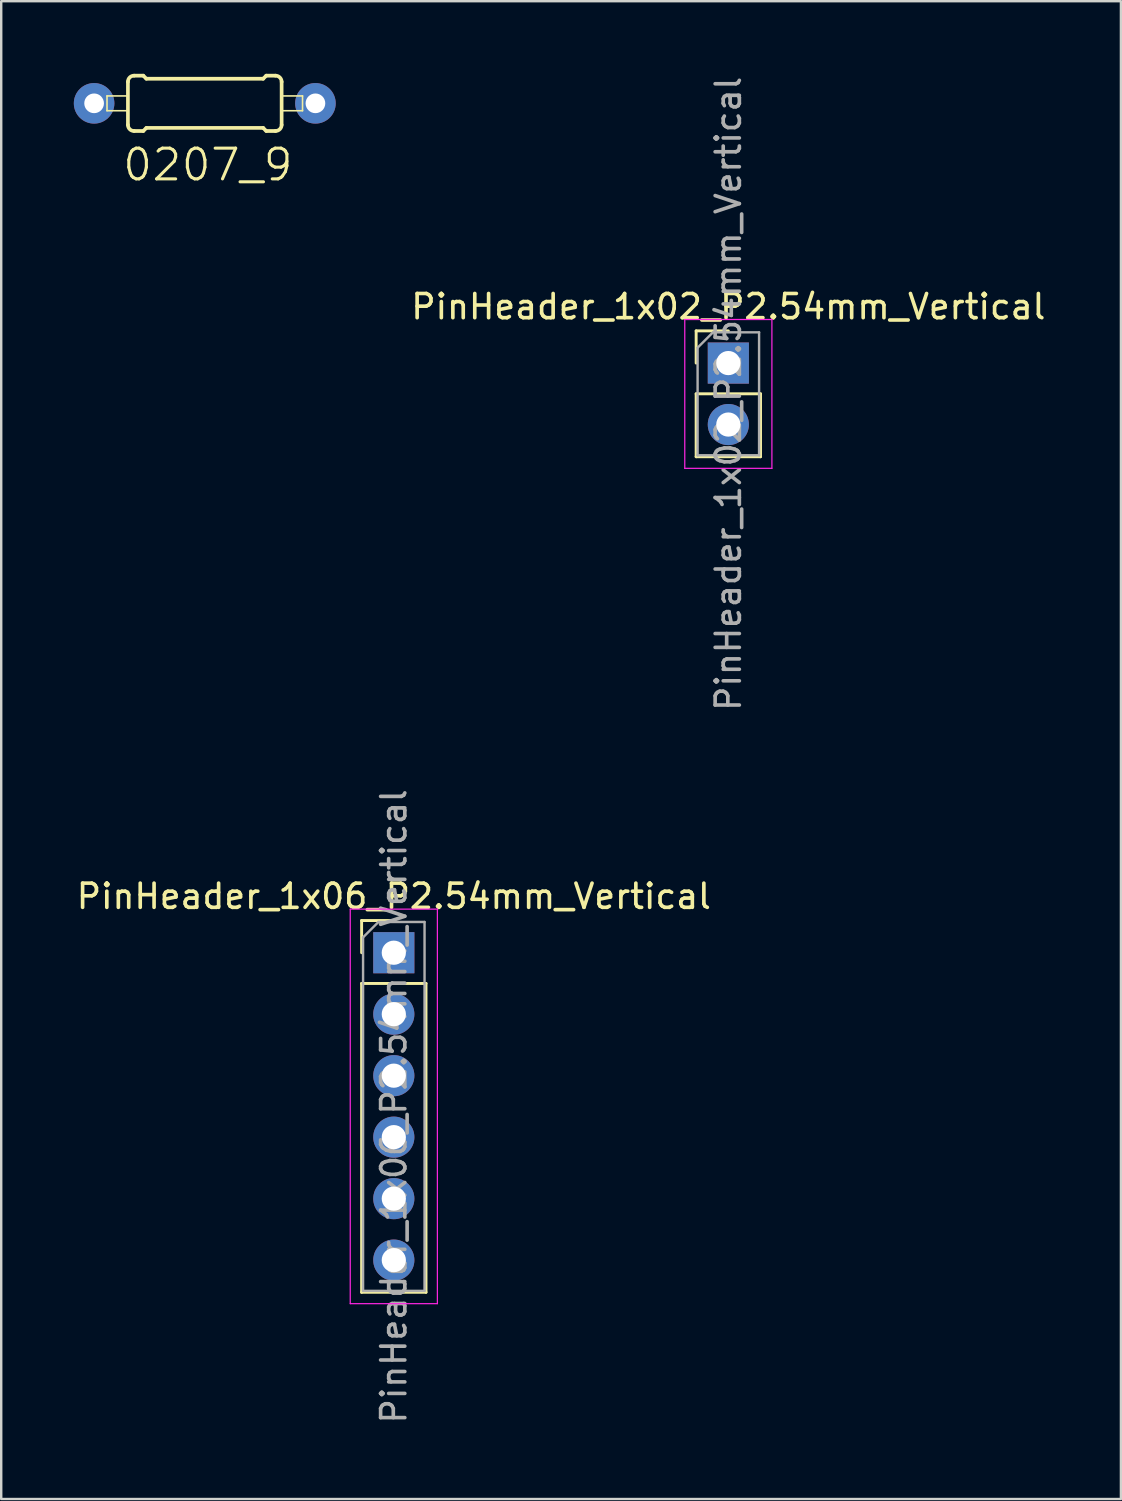
<source format=kicad_pcb>
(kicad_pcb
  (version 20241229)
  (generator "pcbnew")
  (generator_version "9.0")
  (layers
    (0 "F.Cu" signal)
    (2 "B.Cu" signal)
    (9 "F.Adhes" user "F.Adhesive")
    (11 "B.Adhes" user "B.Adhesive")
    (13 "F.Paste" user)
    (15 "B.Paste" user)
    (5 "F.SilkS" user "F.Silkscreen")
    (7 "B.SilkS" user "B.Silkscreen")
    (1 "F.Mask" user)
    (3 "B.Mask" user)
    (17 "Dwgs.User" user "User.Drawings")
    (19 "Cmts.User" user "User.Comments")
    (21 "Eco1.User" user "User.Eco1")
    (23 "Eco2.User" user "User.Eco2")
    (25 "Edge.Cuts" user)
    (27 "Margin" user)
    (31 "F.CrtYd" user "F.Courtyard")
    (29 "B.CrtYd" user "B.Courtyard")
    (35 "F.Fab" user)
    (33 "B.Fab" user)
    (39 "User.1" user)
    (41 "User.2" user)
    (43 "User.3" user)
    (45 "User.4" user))
  (footprint "PinHeader_1x02_P2.54mm_Vertical"
    (layer "F.Cu")
    (at 27.041 11.95)
    (property "Reference" "PinHeader_1x02_P2.54mm_Vertical" (at 0 -2.33 0) (layer "F.SilkS") (effects (font (size 1 1) (thickness 0.15))))
    (attr through_hole)
    (fp_line (start -1.33 -1.33) (end 0 -1.33) (stroke (width 0.12) (type solid)) (layer "F.SilkS"))
    (fp_line (start -1.33 0) (end -1.33 -1.33) (stroke (width 0.12) (type solid)) (layer "F.SilkS"))
    (fp_line (start -1.33 1.27) (end -1.33 3.87) (stroke (width 0.12) (type solid)) (layer "F.SilkS"))
    (fp_line (start -1.33 1.27) (end 1.33 1.27) (stroke (width 0.12) (type solid)) (layer "F.SilkS"))
    (fp_line (start -1.33 3.87) (end 1.33 3.87) (stroke (width 0.12) (type solid)) (layer "F.SilkS"))
    (fp_line (start 1.33 1.27) (end 1.33 3.87) (stroke (width 0.12) (type solid)) (layer "F.SilkS"))
    (fp_line (start -1.8 -1.8) (end -1.8 4.35) (stroke (width 0.05) (type solid)) (layer "F.CrtYd"))
    (fp_line (start -1.8 4.35) (end 1.8 4.35) (stroke (width 0.05) (type solid)) (layer "F.CrtYd"))
    (fp_line (start 1.8 -1.8) (end -1.8 -1.8) (stroke (width 0.05) (type solid)) (layer "F.CrtYd"))
    (fp_line (start 1.8 4.35) (end 1.8 -1.8) (stroke (width 0.05) (type solid)) (layer "F.CrtYd"))
    (fp_line (start -1.27 -0.635) (end -0.635 -1.27) (stroke (width 0.1) (type solid)) (layer "F.Fab"))
    (fp_line (start -1.27 3.81) (end -1.27 -0.635) (stroke (width 0.1) (type solid)) (layer "F.Fab"))
    (fp_line (start -0.635 -1.27) (end 1.27 -1.27) (stroke (width 0.1) (type solid)) (layer "F.Fab"))
    (fp_line (start 1.27 -1.27) (end 1.27 3.81) (stroke (width 0.1) (type solid)) (layer "F.Fab"))
    (fp_line (start 1.27 3.81) (end -1.27 3.81) (stroke (width 0.1) (type solid)) (layer "F.Fab"))
    (fp_text user "${REFERENCE}" (at 0 1.27 270) (layer "F.Fab") (effects (font (size 1 1) (thickness 0.15))))
    (pad "1" thru_hole rect (at 0 0) (size 1.7 1.7) (drill 1) (layers "*.Cu" "*.Mask"))
    (pad "2" thru_hole oval (at 0 2.54) (size 1.7 1.7) (drill 1) (layers "*.Cu" "*.Mask")))
  (footprint "0207_9"
    (layer "F.Cu")
    (at 5.41 1.219)
    (property "Reference" "0207_9" (at 0.127 2.54 0) (layer "F.SilkS") (effects (font (size 1.27 1.27) (thickness 0.127))))
    (attr exclude_from_pos_files exclude_from_bom)
    (fp_line (start -4.039 -0.305) (end -3.175 -0.305) (stroke (width 0.066) (type solid)) (layer "F.SilkS"))
    (fp_line (start -4.039 0.305) (end -4.039 -0.305) (stroke (width 0.066) (type solid)) (layer "F.SilkS"))
    (fp_line (start -4.039 0.305) (end -3.175 0.305) (stroke (width 0.066) (type solid)) (layer "F.SilkS"))
    (fp_line (start -3.175 0.305) (end -3.175 -0.305) (stroke (width 0.066) (type solid)) (layer "F.SilkS"))
    (fp_line (start -3.175 0.889) (end -3.175 -0.889) (stroke (width 0.152) (type solid)) (layer "F.SilkS"))
    (fp_line (start -2.921 -1.143) (end -2.54 -1.143) (stroke (width 0.152) (type solid)) (layer "F.SilkS"))
    (fp_line (start -2.921 1.143) (end -2.54 1.143) (stroke (width 0.152) (type solid)) (layer "F.SilkS"))
    (fp_line (start -2.413 -1.016) (end -2.54 -1.143) (stroke (width 0.152) (type solid)) (layer "F.SilkS"))
    (fp_line (start -2.413 1.016) (end -2.54 1.143) (stroke (width 0.152) (type solid)) (layer "F.SilkS"))
    (fp_line (start 2.413 -1.016) (end -2.413 -1.016) (stroke (width 0.152) (type solid)) (layer "F.SilkS"))
    (fp_line (start 2.413 -1.016) (end 2.54 -1.143) (stroke (width 0.152) (type solid)) (layer "F.SilkS"))
    (fp_line (start 2.413 1.016) (end -2.413 1.016) (stroke (width 0.152) (type solid)) (layer "F.SilkS"))
    (fp_line (start 2.413 1.016) (end 2.54 1.143) (stroke (width 0.152) (type solid)) (layer "F.SilkS"))
    (fp_line (start 2.921 -1.143) (end 2.54 -1.143) (stroke (width 0.152) (type solid)) (layer "F.SilkS"))
    (fp_line (start 2.921 1.143) (end 2.54 1.143) (stroke (width 0.152) (type solid)) (layer "F.SilkS"))
    (fp_line (start 3.175 -0.305) (end 4.039 -0.305) (stroke (width 0.066) (type solid)) (layer "F.SilkS"))
    (fp_line (start 3.175 0.305) (end 3.175 -0.305) (stroke (width 0.066) (type solid)) (layer "F.SilkS"))
    (fp_line (start 3.175 0.305) (end 4.039 0.305) (stroke (width 0.066) (type solid)) (layer "F.SilkS"))
    (fp_line (start 3.175 0.889) (end 3.175 -0.889) (stroke (width 0.152) (type solid)) (layer "F.SilkS"))
    (fp_line (start 4.039 0.305) (end 4.039 -0.305) (stroke (width 0.066) (type solid)) (layer "F.SilkS"))
    (fp_arc (start -3.175 -0.889) (mid -3.100605 -1.068605) (end -2.921 -1.143) (stroke (width 0.1524) (type solid)) (layer "F.SilkS"))
    (fp_arc (start -2.921 1.143) (mid -3.100605 1.068605) (end -3.175 0.889) (stroke (width 0.1524) (type solid)) (layer "F.SilkS"))
    (fp_arc (start 2.921 -1.143) (mid 3.100605 -1.068605) (end 3.175 -0.889) (stroke (width 0.1524) (type solid)) (layer "F.SilkS"))
    (fp_arc (start 3.175 0.889) (mid 3.100605 1.068605) (end 2.921 1.143) (stroke (width 0.1524) (type solid)) (layer "F.SilkS"))
    (pad "1" thru_hole circle (at -4.572 0) (size 1.676 1.676) (drill 0.813) (layers "*.Cu" "*.Paste" "*.Mask"))
    (pad "2" thru_hole circle (at 4.572 0) (size 1.676 1.676) (drill 0.813) (layers "*.Cu" "*.Paste" "*.Mask")))
  (footprint "PinHeader_1x06_P2.54mm_Vertical"
    (layer "F.Cu")
    (at 13.22 36.311)
    (property "Reference" "PinHeader_1x06_P2.54mm_Vertical" (at 0 -2.33 180) (layer "F.SilkS") (effects (font (size 1 1) (thickness 0.15))))
    (attr through_hole)
    (fp_line (start -1.33 -1.33) (end 0 -1.33) (stroke (width 0.12) (type solid)) (layer "F.SilkS"))
    (fp_line (start -1.33 0) (end -1.33 -1.33) (stroke (width 0.12) (type solid)) (layer "F.SilkS"))
    (fp_line (start -1.33 1.27) (end -1.33 14.03) (stroke (width 0.12) (type solid)) (layer "F.SilkS"))
    (fp_line (start -1.33 1.27) (end 1.33 1.27) (stroke (width 0.12) (type solid)) (layer "F.SilkS"))
    (fp_line (start -1.33 14.03) (end 1.33 14.03) (stroke (width 0.12) (type solid)) (layer "F.SilkS"))
    (fp_line (start 1.33 1.27) (end 1.33 14.03) (stroke (width 0.12) (type solid)) (layer "F.SilkS"))
    (fp_line (start -1.8 -1.8) (end -1.8 14.5) (stroke (width 0.05) (type solid)) (layer "F.CrtYd"))
    (fp_line (start -1.8 14.5) (end 1.8 14.5) (stroke (width 0.05) (type solid)) (layer "F.CrtYd"))
    (fp_line (start 1.8 -1.8) (end -1.8 -1.8) (stroke (width 0.05) (type solid)) (layer "F.CrtYd"))
    (fp_line (start 1.8 14.5) (end 1.8 -1.8) (stroke (width 0.05) (type solid)) (layer "F.CrtYd"))
    (fp_line (start -1.27 -0.635) (end -0.635 -1.27) (stroke (width 0.1) (type solid)) (layer "F.Fab"))
    (fp_line (start -1.27 13.97) (end -1.27 -0.635) (stroke (width 0.1) (type solid)) (layer "F.Fab"))
    (fp_line (start -0.635 -1.27) (end 1.27 -1.27) (stroke (width 0.1) (type solid)) (layer "F.Fab"))
    (fp_line (start 1.27 -1.27) (end 1.27 13.97) (stroke (width 0.1) (type solid)) (layer "F.Fab"))
    (fp_line (start 1.27 13.97) (end -1.27 13.97) (stroke (width 0.1) (type solid)) (layer "F.Fab"))
    (fp_text user "${REFERENCE}" (at 0 6.35 90) (layer "F.Fab") (effects (font (size 1 1) (thickness 0.15))))
    (pad "1" thru_hole rect (at 0 0) (size 1.7 1.7) (drill 1) (layers "*.Cu" "*.Mask"))
    (pad "2" thru_hole oval (at 0 2.54) (size 1.7 1.7) (drill 1) (layers "*.Cu" "*.Mask"))
    (pad "3" thru_hole oval (at 0 5.08) (size 1.7 1.7) (drill 1) (layers "*.Cu" "*.Mask"))
    (pad "4" thru_hole oval (at 0 7.62) (size 1.7 1.7) (drill 1) (layers "*.Cu" "*.Mask"))
    (pad "5" thru_hole oval (at 0 10.16) (size 1.7 1.7) (drill 1) (layers "*.Cu" "*.Mask"))
    (pad "6" thru_hole oval (at 0 12.7) (size 1.7 1.7) (drill 1) (layers "*.Cu" "*.Mask")))
  (gr_rect
    (start -3 -3)
    (end 43.261 58.881)
    (stroke (width 0.1) (type default))
    (fill no)
    (layer "Edge.Cuts")))
</source>
